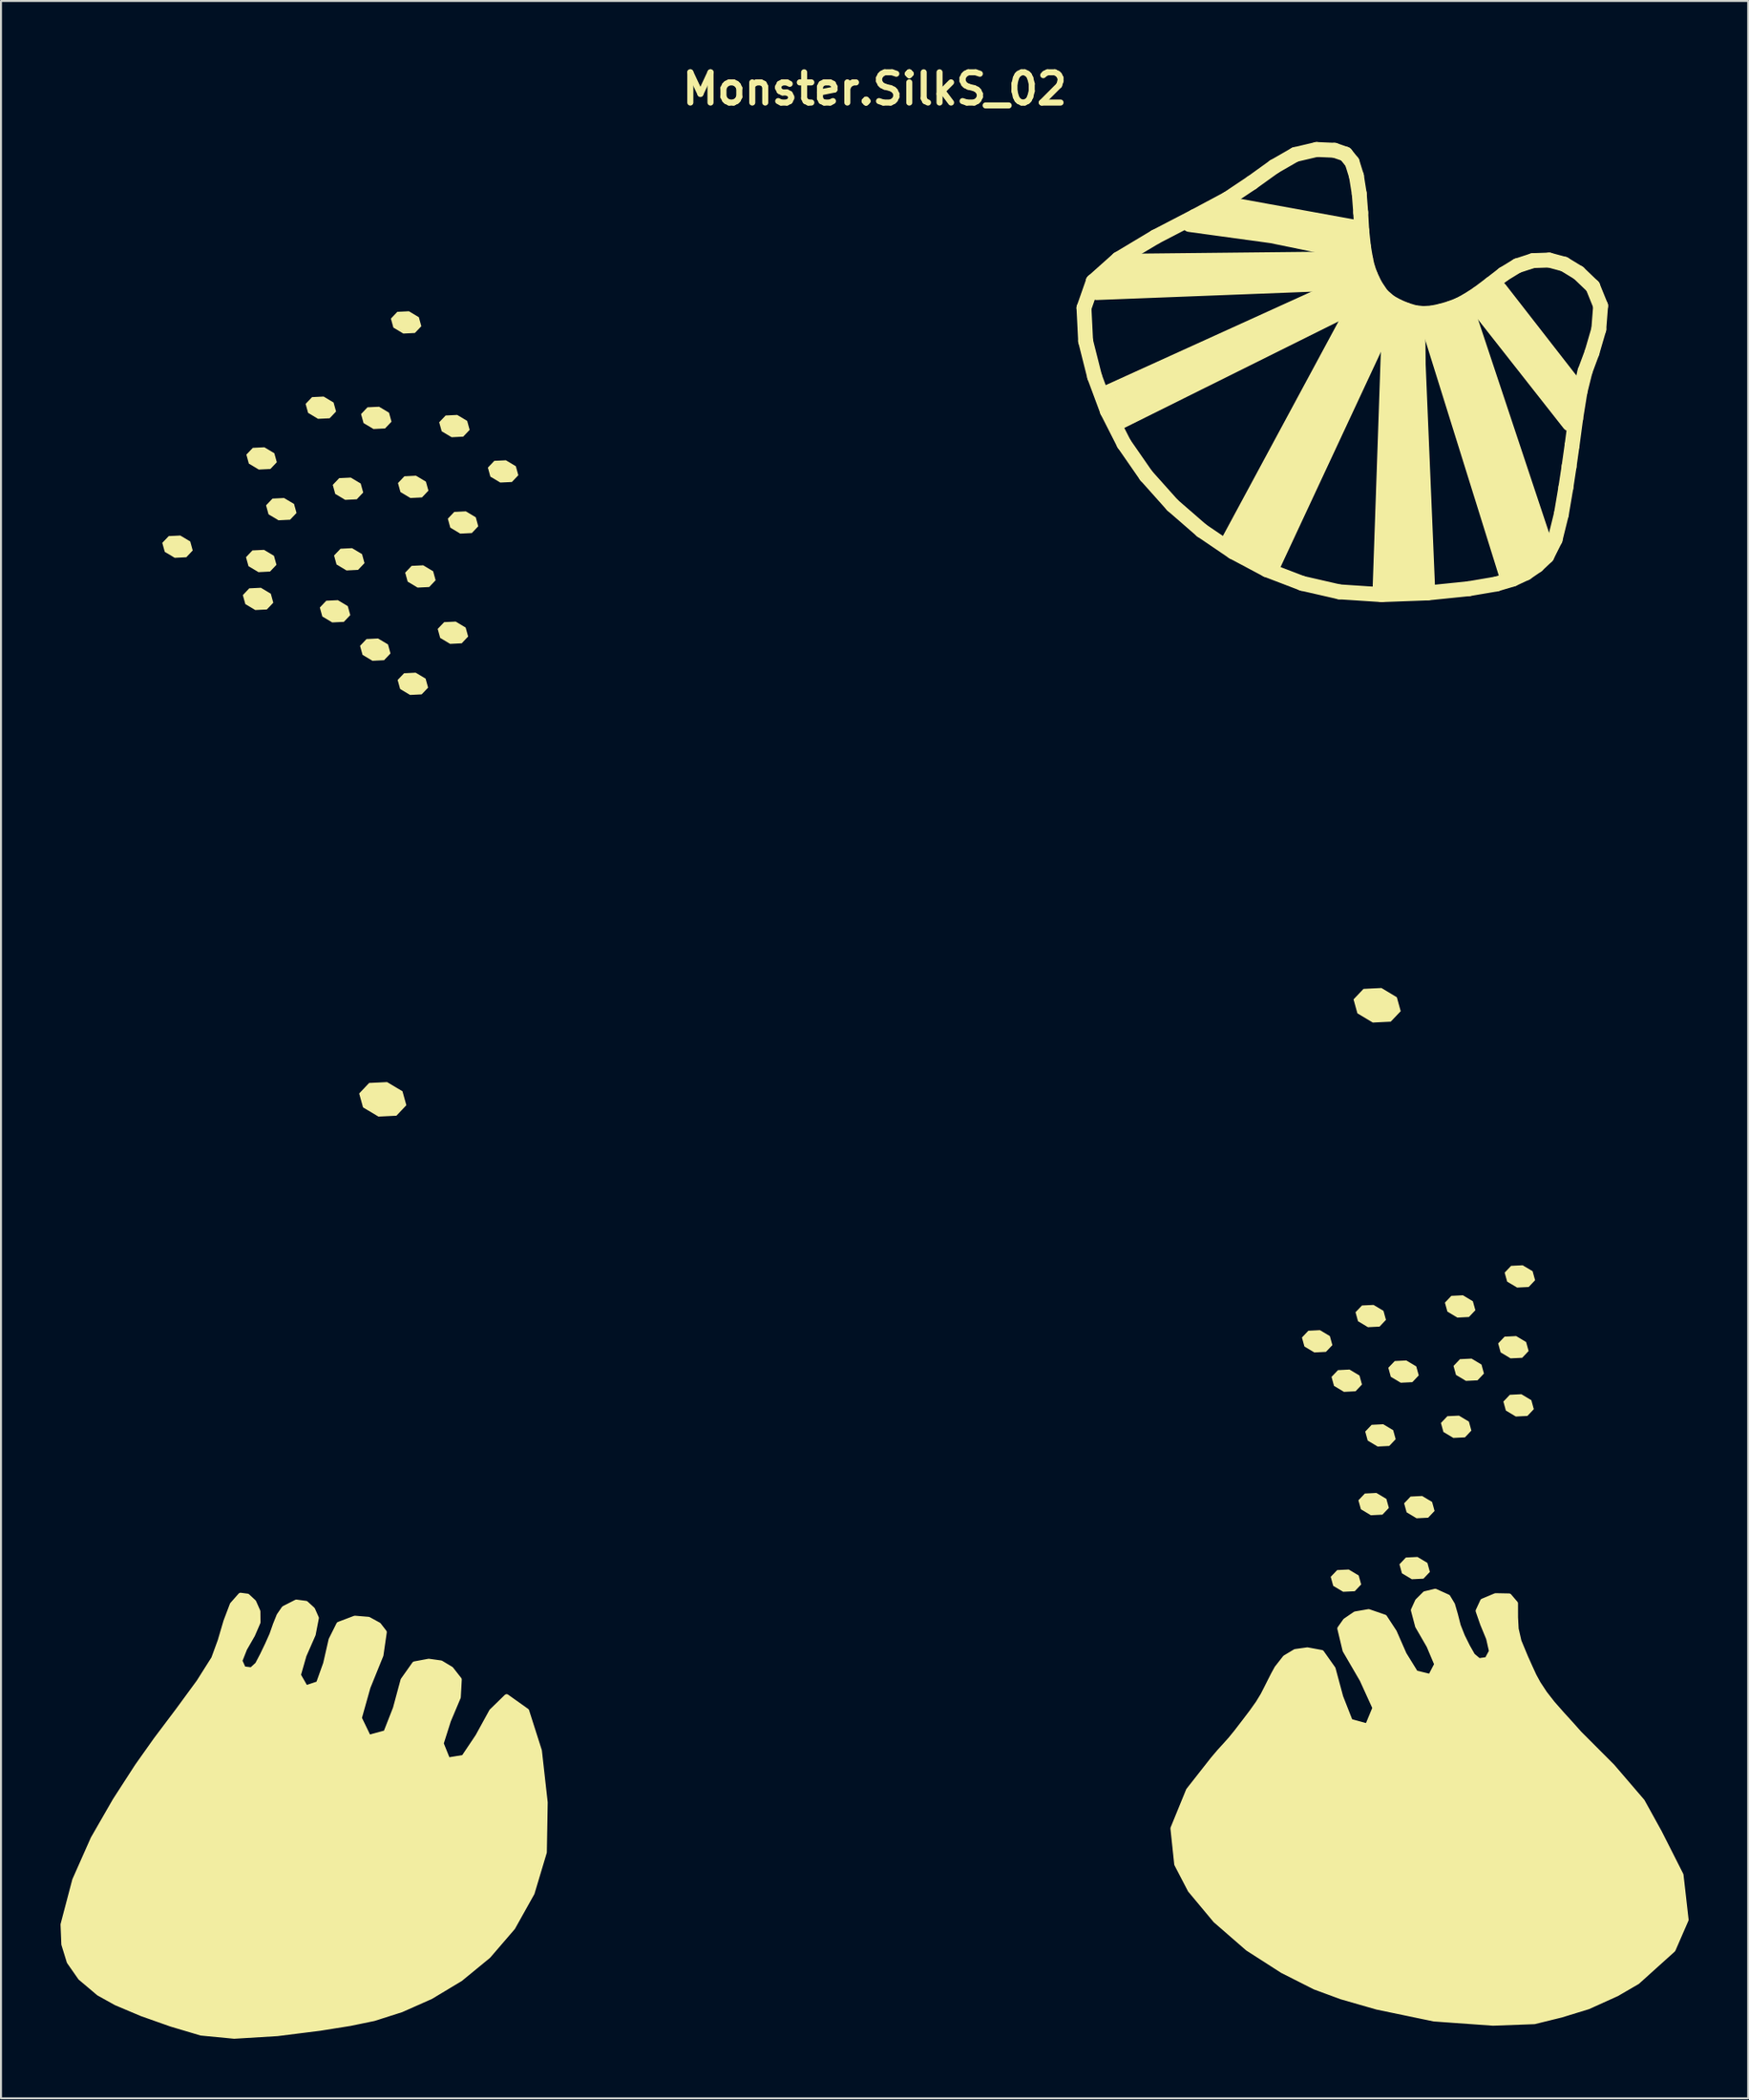
<source format=kicad_pcb>
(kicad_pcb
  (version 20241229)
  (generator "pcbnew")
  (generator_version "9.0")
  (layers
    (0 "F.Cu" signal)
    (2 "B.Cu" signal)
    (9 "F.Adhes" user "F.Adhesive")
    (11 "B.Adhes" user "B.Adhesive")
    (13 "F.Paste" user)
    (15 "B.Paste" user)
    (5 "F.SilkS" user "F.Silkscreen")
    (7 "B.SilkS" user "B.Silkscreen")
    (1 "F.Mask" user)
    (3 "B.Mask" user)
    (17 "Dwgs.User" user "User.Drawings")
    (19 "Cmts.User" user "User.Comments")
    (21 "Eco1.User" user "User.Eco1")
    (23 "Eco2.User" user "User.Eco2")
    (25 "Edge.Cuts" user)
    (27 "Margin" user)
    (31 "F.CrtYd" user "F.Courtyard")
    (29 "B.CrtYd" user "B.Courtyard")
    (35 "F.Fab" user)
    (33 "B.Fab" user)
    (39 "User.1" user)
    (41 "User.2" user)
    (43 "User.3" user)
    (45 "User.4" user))
  (footprint "Monster.SilkS_02"
    (layer "F.Cu")
    (at 41.017 51.994)
    (property "Reference" "Monster.SilkS_02" (at 0 -50.568 0) (layer "F.SilkS") (effects (font (size 1.524 1.524) (thickness 0.305))))
    (attr smd)
    (fp_line (start 10.542 -39.531) (end 10.625 -37.867) (stroke (width 0.751) (type solid)) (layer "F.SilkS"))
    (fp_line (start 10.625 -37.867) (end 11.078 -36.071) (stroke (width 0.751) (type solid)) (layer "F.SilkS"))
    (fp_line (start 11.011 -40.868) (end 11.011 -40.868) (stroke (width 0.751) (type solid)) (layer "F.SilkS"))
    (fp_line (start 11.011 -40.868) (end 10.542 -39.531) (stroke (width 0.751) (type solid)) (layer "F.SilkS"))
    (fp_line (start 11.078 -36.071) (end 11.72 -34.341) (stroke (width 0.751) (type solid)) (layer "F.SilkS"))
    (fp_line (start 11.72 -34.341) (end 12.556 -32.697) (stroke (width 0.751) (type solid)) (layer "F.SilkS"))
    (fp_line (start 12.275 -41.995) (end 11.011 -40.868) (stroke (width 0.751) (type solid)) (layer "F.SilkS"))
    (fp_line (start 12.556 -32.697) (end 13.672 -31.088) (stroke (width 0.751) (type solid)) (layer "F.SilkS"))
    (fp_line (start 13.672 -31.088) (end 15.001 -29.6) (stroke (width 0.751) (type solid)) (layer "F.SilkS"))
    (fp_line (start 14.138 -43.111) (end 12.275 -41.995) (stroke (width 0.751) (type solid)) (layer "F.SilkS"))
    (fp_line (start 15.001 -29.6) (end 16.476 -28.319) (stroke (width 0.751) (type solid)) (layer "F.SilkS"))
    (fp_line (start 16.128 -44.144) (end 14.138 -43.111) (stroke (width 0.751) (type solid)) (layer "F.SilkS"))
    (fp_line (start 16.476 -28.319) (end 18.061 -27.244) (stroke (width 0.751) (type solid)) (layer "F.SilkS"))
    (fp_line (start 17.773 -45.023) (end 16.128 -44.144) (stroke (width 0.751) (type solid)) (layer "F.SilkS"))
    (fp_line (start 18.061 -27.244) (end 19.754 -26.344) (stroke (width 0.751) (type solid)) (layer "F.SilkS"))
    (fp_line (start 19.006 -45.847) (end 17.773 -45.023) (stroke (width 0.751) (type solid)) (layer "F.SilkS"))
    (fp_line (start 19.754 -26.344) (end 21.541 -25.66) (stroke (width 0.751) (type solid)) (layer "F.SilkS"))
    (fp_line (start 20.121 -46.649) (end 19.006 -45.847) (stroke (width 0.751) (type solid)) (layer "F.SilkS"))
    (fp_line (start 21.185 -47.261) (end 20.121 -46.649) (stroke (width 0.751) (type solid)) (layer "F.SilkS"))
    (fp_line (start 21.541 -25.66) (end 23.409 -25.232) (stroke (width 0.751) (type solid)) (layer "F.SilkS"))
    (fp_line (start 22.263 -47.514) (end 21.185 -47.261) (stroke (width 0.751) (type solid)) (layer "F.SilkS"))
    (fp_line (start 23.163 -47.475) (end 22.263 -47.514) (stroke (width 0.751) (type solid)) (layer "F.SilkS"))
    (fp_line (start 23.409 -25.232) (end 25.542 -25.092) (stroke (width 0.751) (type solid)) (layer "F.SilkS"))
    (fp_line (start 23.721 -47.282) (end 23.163 -47.475) (stroke (width 0.751) (type solid)) (layer "F.SilkS"))
    (fp_line (start 24.052 -46.871) (end 23.721 -47.282) (stroke (width 0.751) (type solid)) (layer "F.SilkS"))
    (fp_line (start 24.269 -46.179) (end 24.052 -46.871) (stroke (width 0.751) (type solid)) (layer "F.SilkS"))
    (fp_line (start 24.412 -45.28) (end 24.269 -46.179) (stroke (width 0.751) (type solid)) (layer "F.SilkS"))
    (fp_line (start 24.484 -44.339) (end 24.412 -45.28) (stroke (width 0.751) (type solid)) (layer "F.SilkS"))
    (fp_line (start 24.536 -43.428) (end 24.484 -44.339) (stroke (width 0.751) (type solid)) (layer "F.SilkS"))
    (fp_line (start 24.623 -42.614) (end 24.536 -43.428) (stroke (width 0.751) (type solid)) (layer "F.SilkS"))
    (fp_line (start 24.725 -42.011) (end 24.623 -42.614) (stroke (width 0.751) (type solid)) (layer "F.SilkS"))
    (fp_line (start 24.821 -41.587) (end 24.725 -42.011) (stroke (width 0.751) (type solid)) (layer "F.SilkS"))
    (fp_line (start 24.962 -41.194) (end 24.821 -41.587) (stroke (width 0.751) (type solid)) (layer "F.SilkS"))
    (fp_line (start 25.201 -40.687) (end 24.962 -41.194) (stroke (width 0.751) (type solid)) (layer "F.SilkS"))
    (fp_line (start 25.542 -25.092) (end 27.854 -25.178) (stroke (width 0.751) (type solid)) (layer "F.SilkS"))
    (fp_line (start 25.545 -40.175) (end 25.201 -40.687) (stroke (width 0.751) (type solid)) (layer "F.SilkS"))
    (fp_line (start 25.946 -39.827) (end 25.545 -40.175) (stroke (width 0.751) (type solid)) (layer "F.SilkS"))
    (fp_line (start 26.373 -39.593) (end 25.946 -39.827) (stroke (width 0.751) (type solid)) (layer "F.SilkS"))
    (fp_line (start 26.796 -39.42) (end 26.373 -39.593) (stroke (width 0.751) (type solid)) (layer "F.SilkS"))
    (fp_line (start 27.206 -39.297) (end 26.796 -39.42) (stroke (width 0.751) (type solid)) (layer "F.SilkS"))
    (fp_line (start 27.627 -39.249) (end 27.206 -39.297) (stroke (width 0.751) (type solid)) (layer "F.SilkS"))
    (fp_line (start 27.854 -25.178) (end 29.92 -25.389) (stroke (width 0.751) (type solid)) (layer "F.SilkS"))
    (fp_line (start 28.075 -39.276) (end 27.627 -39.249) (stroke (width 0.751) (type solid)) (layer "F.SilkS"))
    (fp_line (start 28.567 -39.383) (end 28.075 -39.276) (stroke (width 0.751) (type solid)) (layer "F.SilkS"))
    (fp_line (start 29.025 -39.52) (end 28.567 -39.383) (stroke (width 0.751) (type solid)) (layer "F.SilkS"))
    (fp_line (start 29.421 -39.674) (end 29.025 -39.52) (stroke (width 0.751) (type solid)) (layer "F.SilkS"))
    (fp_line (start 29.85 -39.901) (end 29.421 -39.674) (stroke (width 0.751) (type solid)) (layer "F.SilkS"))
    (fp_line (start 29.92 -25.389) (end 31.318 -25.627) (stroke (width 0.751) (type solid)) (layer "F.SilkS"))
    (fp_line (start 30.404 -40.259) (end 29.85 -39.901) (stroke (width 0.751) (type solid)) (layer "F.SilkS"))
    (fp_line (start 31.041 -40.74) (end 30.404 -40.259) (stroke (width 0.751) (type solid)) (layer "F.SilkS"))
    (fp_line (start 31.318 -25.627) (end 32.143 -25.873) (stroke (width 0.751) (type solid)) (layer "F.SilkS"))
    (fp_line (start 31.683 -41.237) (end 31.041 -40.74) (stroke (width 0.751) (type solid)) (layer "F.SilkS"))
    (fp_line (start 32.143 -25.873) (end 32.807 -26.182) (stroke (width 0.751) (type solid)) (layer "F.SilkS"))
    (fp_line (start 32.375 -41.66) (end 31.683 -41.237) (stroke (width 0.751) (type solid)) (layer "F.SilkS"))
    (fp_line (start 32.807 -26.182) (end 33.362 -26.564) (stroke (width 0.751) (type solid)) (layer "F.SilkS"))
    (fp_line (start 33.162 -41.917) (end 32.375 -41.66) (stroke (width 0.751) (type solid)) (layer "F.SilkS"))
    (fp_line (start 33.362 -26.564) (end 33.856 -27.029) (stroke (width 0.751) (type solid)) (layer "F.SilkS"))
    (fp_line (start 33.856 -27.029) (end 34.277 -27.871) (stroke (width 0.751) (type solid)) (layer "F.SilkS"))
    (fp_line (start 33.975 -41.945) (end 33.162 -41.917) (stroke (width 0.751) (type solid)) (layer "F.SilkS"))
    (fp_line (start 34.277 -27.871) (end 34.591 -29.139) (stroke (width 0.751) (type solid)) (layer "F.SilkS"))
    (fp_line (start 34.591 -29.139) (end 34.819 -30.481) (stroke (width 0.751) (type solid)) (layer "F.SilkS"))
    (fp_line (start 34.733 -41.74) (end 33.975 -41.945) (stroke (width 0.751) (type solid)) (layer "F.SilkS"))
    (fp_line (start 34.819 -30.481) (end 34.981 -31.545) (stroke (width 0.751) (type solid)) (layer "F.SilkS"))
    (fp_line (start 34.981 -31.545) (end 35.131 -32.605) (stroke (width 0.751) (type solid)) (layer "F.SilkS"))
    (fp_line (start 35.131 -32.605) (end 35.313 -33.966) (stroke (width 0.751) (type solid)) (layer "F.SilkS"))
    (fp_line (start 35.313 -33.966) (end 35.53 -35.316) (stroke (width 0.751) (type solid)) (layer "F.SilkS"))
    (fp_line (start 35.459 -41.298) (end 34.733 -41.74) (stroke (width 0.751) (type solid)) (layer "F.SilkS"))
    (fp_line (start 35.53 -35.316) (end 35.786 -36.344) (stroke (width 0.751) (type solid)) (layer "F.SilkS"))
    (fp_line (start 35.786 -36.344) (end 36.137 -37.29) (stroke (width 0.751) (type solid)) (layer "F.SilkS"))
    (fp_line (start 36.137 -37.29) (end 36.478 -38.459) (stroke (width 0.751) (type solid)) (layer "F.SilkS"))
    (fp_line (start 36.174 -40.614) (end 35.459 -41.298) (stroke (width 0.751) (type solid)) (layer "F.SilkS"))
    (fp_line (start 36.478 -38.459) (end 36.57 -39.637) (stroke (width 0.751) (type solid)) (layer "F.SilkS"))
    (fp_line (start 36.57 -39.637) (end 36.174 -40.614) (stroke (width 0.751) (type solid)) (layer "F.SilkS"))
    (fp_poly (pts (xy 12.34 -41.891) (xy 11.187 -40.301) (xy 24.434 -40.813) (xy 24.452 -42.018) (xy 12.34 -41.891)) (stroke (width 0.737) (type solid)) (fill yes) (layer "F.SilkS"))
    (fp_poly (pts (xy 24.753 -39.963) (xy 24.307 -40.988) (xy 11.568 -35.201) (xy 12.124 -33.683) (xy 24.753 -39.963)) (stroke (width 0.751) (type solid)) (fill yes) (layer "F.SilkS"))
    (fp_poly (pts (xy 27.831 -38.872) (xy 31.837 -26.041) (xy 33.81 -27.506) (xy 29.882 -39.31) (xy 27.831 -38.872)) (stroke (width 0.751) (type solid)) (fill yes) (layer "F.SilkS"))
    (fp_poly (pts (xy 31.48 -40.489) (xy 30.329 -39.641) (xy 35 -33.702) (xy 35.334 -35.538) (xy 31.48 -40.489)) (stroke (width 0.751) (type solid)) (fill yes) (layer "F.SilkS"))
    (fp_poly (pts (xy 17.691 -27.535) (xy 19.968 -26.345) (xy 26.026 -39.333) (xy 24.873 -40.317) (xy 23.758 -38.791) (xy 17.691 -27.535)) (stroke (width 0.751) (type solid)) (fill yes) (layer "F.SilkS"))
    (fp_poly (pts (xy 24.421 -42.261) (xy 24.472 -43.55) (xy 17.759 -44.769) (xy 15.857 -43.736) (xy 19.991 -43.169) (xy 24.421 -42.261)) (stroke (width 0.751) (type solid)) (fill yes) (layer "F.SilkS"))
    (fp_poly (pts (xy 27.359 -38.844) (xy 25.953 -39.593) (xy 25.458 -25.333) (xy 27.862 -25.257) (xy 27.38 -36.695) (xy 27.359 -38.844)) (stroke (width 0.751) (type solid)) (fill yes) (layer "F.SilkS"))
    (fp_poly (pts (xy -34.358 -27.317) (xy -34.681 -26.976) (xy -35.265 -26.947) (xy -35.766 -27.247) (xy -35.891 -27.701) (xy -35.567 -28.041) (xy -34.984 -28.07) (xy -34.483 -27.77) (xy -34.358 -27.317)) (stroke (width 0) (type solid)) (fill yes) (layer "F.SilkS"))
    (fp_poly (pts (xy -30.299 -24.686) (xy -30.623 -24.345) (xy -31.206 -24.316) (xy -31.707 -24.616) (xy -31.833 -25.069) (xy -31.509 -25.41) (xy -30.925 -25.439) (xy -30.424 -25.139) (xy -30.299 -24.686)) (stroke (width 0) (type solid)) (fill yes) (layer "F.SilkS"))
    (fp_poly (pts (xy -30.14 -26.595) (xy -30.464 -26.254) (xy -31.047 -26.225) (xy -31.548 -26.525) (xy -31.674 -26.978) (xy -31.35 -27.319) (xy -30.766 -27.348) (xy -30.265 -27.048) (xy -30.14 -26.595)) (stroke (width 0) (type solid)) (fill yes) (layer "F.SilkS"))
    (fp_poly (pts (xy -30.122 -31.761) (xy -30.445 -31.421) (xy -31.029 -31.392) (xy -31.53 -31.692) (xy -31.655 -32.145) (xy -31.331 -32.486) (xy -30.748 -32.514) (xy -30.247 -32.215) (xy -30.122 -31.761)) (stroke (width 0) (type solid)) (fill yes) (layer "F.SilkS"))
    (fp_poly (pts (xy -29.129 -29.206) (xy -29.453 -28.866) (xy -30.036 -28.837) (xy -30.538 -29.137) (xy -30.663 -29.59) (xy -30.339 -29.931) (xy -29.756 -29.959) (xy -29.255 -29.66) (xy -29.129 -29.206)) (stroke (width 0) (type solid)) (fill yes) (layer "F.SilkS"))
    (fp_poly (pts (xy -27.136 -34.317) (xy -27.46 -33.976) (xy -28.043 -33.947) (xy -28.545 -34.247) (xy -28.67 -34.7) (xy -28.346 -35.041) (xy -27.763 -35.07) (xy -27.262 -34.77) (xy -27.136 -34.317)) (stroke (width 0) (type solid)) (fill yes) (layer "F.SilkS"))
    (fp_poly (pts (xy -26.421 -24.061) (xy -26.744 -23.72) (xy -27.328 -23.691) (xy -27.829 -23.991) (xy -27.954 -24.444) (xy -27.63 -24.785) (xy -27.047 -24.814) (xy -26.546 -24.514) (xy -26.421 -24.061)) (stroke (width 0) (type solid)) (fill yes) (layer "F.SilkS"))
    (fp_poly (pts (xy -25.77 -30.236) (xy -26.093 -29.895) (xy -26.677 -29.866) (xy -27.178 -30.166) (xy -27.303 -30.62) (xy -26.979 -30.96) (xy -26.396 -30.989) (xy -25.895 -30.689) (xy -25.77 -30.236)) (stroke (width 0) (type solid)) (fill yes) (layer "F.SilkS"))
    (fp_poly (pts (xy -25.704 -26.68) (xy -26.028 -26.339) (xy -26.611 -26.31) (xy -27.112 -26.61) (xy -27.237 -27.063) (xy -26.914 -27.404) (xy -26.33 -27.433) (xy -25.829 -27.133) (xy -25.704 -26.68)) (stroke (width 0) (type solid)) (fill yes) (layer "F.SilkS"))
    (fp_poly (pts (xy -24.395 -22.13) (xy -24.718 -21.789) (xy -25.302 -21.76) (xy -25.803 -22.06) (xy -25.928 -22.513) (xy -25.604 -22.854) (xy -25.021 -22.883) (xy -24.52 -22.583) (xy -24.395 -22.13)) (stroke (width 0) (type solid)) (fill yes) (layer "F.SilkS"))
    (fp_poly (pts (xy -24.344 -33.804) (xy -24.668 -33.463) (xy -25.251 -33.434) (xy -25.752 -33.734) (xy -25.877 -34.187) (xy -25.554 -34.528) (xy -24.97 -34.557) (xy -24.469 -34.257) (xy -24.344 -33.804)) (stroke (width 0) (type solid)) (fill yes) (layer "F.SilkS"))
    (fp_poly (pts (xy -23.596 0.626) (xy -24.097 1.155) (xy -25.001 1.199) (xy -25.778 0.735) (xy -25.972 0.033) (xy -25.47 -0.496) (xy -24.566 -0.54) (xy -23.79 -0.076) (xy -23.596 0.626)) (stroke (width 0) (type solid)) (fill yes) (layer "F.SilkS"))
    (fp_poly (pts (xy -22.841 -38.613) (xy -23.165 -38.272) (xy -23.748 -38.243) (xy -24.249 -38.543) (xy -24.374 -38.996) (xy -24.051 -39.337) (xy -23.467 -39.366) (xy -22.966 -39.066) (xy -22.841 -38.613)) (stroke (width 0) (type solid)) (fill yes) (layer "F.SilkS"))
    (fp_poly (pts (xy -22.5 -20.409) (xy -22.824 -20.069) (xy -23.408 -20.04) (xy -23.909 -20.34) (xy -24.034 -20.793) (xy -23.71 -21.133) (xy -23.127 -21.162) (xy -22.626 -20.862) (xy -22.5 -20.409)) (stroke (width 0) (type solid)) (fill yes) (layer "F.SilkS"))
    (fp_poly (pts (xy -22.484 -30.33) (xy -22.808 -29.989) (xy -23.392 -29.96) (xy -23.893 -30.26) (xy -24.018 -30.713) (xy -23.694 -31.054) (xy -23.111 -31.083) (xy -22.61 -30.783) (xy -22.484 -30.33)) (stroke (width 0) (type solid)) (fill yes) (layer "F.SilkS"))
    (fp_poly (pts (xy -22.121 -25.817) (xy -22.444 -25.476) (xy -23.028 -25.447) (xy -23.529 -25.747) (xy -23.654 -26.2) (xy -23.33 -26.541) (xy -22.747 -26.57) (xy -22.246 -26.27) (xy -22.121 -25.817)) (stroke (width 0) (type solid)) (fill yes) (layer "F.SilkS"))
    (fp_poly (pts (xy -20.483 -22.982) (xy -20.806 -22.641) (xy -21.39 -22.612) (xy -21.891 -22.912) (xy -22.016 -23.365) (xy -21.692 -23.706) (xy -21.109 -23.735) (xy -20.608 -23.435) (xy -20.483 -22.982)) (stroke (width 0) (type solid)) (fill yes) (layer "F.SilkS"))
    (fp_poly (pts (xy -20.407 -33.391) (xy -20.731 -33.05) (xy -21.314 -33.021) (xy -21.815 -33.321) (xy -21.941 -33.774) (xy -21.617 -34.115) (xy -21.033 -34.144) (xy -20.532 -33.844) (xy -20.407 -33.391)) (stroke (width 0) (type solid)) (fill yes) (layer "F.SilkS"))
    (fp_poly (pts (xy -19.973 -28.535) (xy -20.296 -28.194) (xy -20.88 -28.165) (xy -21.381 -28.465) (xy -21.506 -28.918) (xy -21.182 -29.259) (xy -20.599 -29.288) (xy -20.098 -28.988) (xy -19.973 -28.535)) (stroke (width 0) (type solid)) (fill yes) (layer "F.SilkS"))
    (fp_poly (pts (xy -17.955 -31.107) (xy -18.278 -30.766) (xy -18.862 -30.738) (xy -19.363 -31.037) (xy -19.488 -31.491) (xy -19.164 -31.831) (xy -18.581 -31.86) (xy -18.08 -31.56) (xy -17.955 -31.107)) (stroke (width 0) (type solid)) (fill yes) (layer "F.SilkS"))
    (fp_poly (pts (xy 23.056 12.709) (xy 22.732 13.05) (xy 22.149 13.079) (xy 21.648 12.779) (xy 21.523 12.326) (xy 21.846 11.985) (xy 22.43 11.956) (xy 22.931 12.256) (xy 23.056 12.709)) (stroke (width 0) (type solid)) (fill yes) (layer "F.SilkS"))
    (fp_poly (pts (xy 24.507 24.765) (xy 24.183 25.106) (xy 23.6 25.134) (xy 23.099 24.835) (xy 22.973 24.381) (xy 23.297 24.041) (xy 23.88 24.012) (xy 24.382 24.312) (xy 24.507 24.765)) (stroke (width 0) (type solid)) (fill yes) (layer "F.SilkS"))
    (fp_poly (pts (xy 24.547 14.694) (xy 24.224 15.035) (xy 23.64 15.064) (xy 23.139 14.764) (xy 23.014 14.311) (xy 23.338 13.97) (xy 23.921 13.941) (xy 24.422 14.241) (xy 24.547 14.694)) (stroke (width 0) (type solid)) (fill yes) (layer "F.SilkS"))
    (fp_poly (pts (xy 25.756 11.437) (xy 25.433 11.778) (xy 24.849 11.807) (xy 24.348 11.507) (xy 24.223 11.054) (xy 24.547 10.713) (xy 25.13 10.684) (xy 25.631 10.984) (xy 25.756 11.437)) (stroke (width 0) (type solid)) (fill yes) (layer "F.SilkS"))
    (fp_poly (pts (xy 25.902 20.909) (xy 25.578 21.25) (xy 24.995 21.279) (xy 24.494 20.979) (xy 24.368 20.526) (xy 24.692 20.185) (xy 25.275 20.156) (xy 25.777 20.456) (xy 25.902 20.909)) (stroke (width 0) (type solid)) (fill yes) (layer "F.SilkS"))
    (fp_poly (pts (xy 26.245 17.448) (xy 25.921 17.789) (xy 25.338 17.818) (xy 24.837 17.518) (xy 24.712 17.065) (xy 25.035 16.724) (xy 25.619 16.695) (xy 26.12 16.995) (xy 26.245 17.448)) (stroke (width 0) (type solid)) (fill yes) (layer "F.SilkS"))
    (fp_poly (pts (xy 26.499 -4.111) (xy 25.997 -3.583) (xy 25.093 -3.538) (xy 24.317 -4.003) (xy 24.123 -4.705) (xy 24.624 -5.233) (xy 25.528 -5.278) (xy 26.304 -4.813) (xy 26.499 -4.111)) (stroke (width 0) (type solid)) (fill yes) (layer "F.SilkS"))
    (fp_poly (pts (xy 27.408 14.235) (xy 27.085 14.576) (xy 26.501 14.604) (xy 26 14.305) (xy 25.875 13.851) (xy 26.199 13.511) (xy 26.782 13.482) (xy 27.283 13.782) (xy 27.408 14.235)) (stroke (width 0) (type solid)) (fill yes) (layer "F.SilkS"))
    (fp_poly (pts (xy 27.969 24.133) (xy 27.645 24.474) (xy 27.062 24.503) (xy 26.561 24.203) (xy 26.436 23.75) (xy 26.759 23.409) (xy 27.343 23.38) (xy 27.844 23.68) (xy 27.969 24.133)) (stroke (width 0) (type solid)) (fill yes) (layer "F.SilkS"))
    (fp_poly (pts (xy 28.205 21.062) (xy 27.881 21.403) (xy 27.298 21.432) (xy 26.797 21.132) (xy 26.672 20.679) (xy 26.995 20.338) (xy 27.579 20.309) (xy 28.08 20.609) (xy 28.205 21.062)) (stroke (width 0) (type solid)) (fill yes) (layer "F.SilkS"))
    (fp_poly (pts (xy 30.059 17.014) (xy 29.736 17.355) (xy 29.152 17.384) (xy 28.651 17.084) (xy 28.526 16.631) (xy 28.85 16.29) (xy 29.433 16.261) (xy 29.934 16.561) (xy 30.059 17.014)) (stroke (width 0) (type solid)) (fill yes) (layer "F.SilkS"))
    (fp_poly (pts (xy 30.26 10.952) (xy 29.936 11.293) (xy 29.353 11.322) (xy 28.851 11.022) (xy 28.726 10.569) (xy 29.05 10.228) (xy 29.633 10.199) (xy 30.134 10.499) (xy 30.26 10.952)) (stroke (width 0) (type solid)) (fill yes) (layer "F.SilkS"))
    (fp_poly (pts (xy 30.693 14.141) (xy 30.37 14.482) (xy 29.786 14.511) (xy 29.285 14.211) (xy 29.16 13.758) (xy 29.484 13.417) (xy 30.067 13.388) (xy 30.568 13.688) (xy 30.693 14.141)) (stroke (width 0) (type solid)) (fill yes) (layer "F.SilkS"))
    (fp_poly (pts (xy 32.943 13.007) (xy 32.619 13.348) (xy 32.035 13.377) (xy 31.534 13.077) (xy 31.409 12.624) (xy 31.733 12.283) (xy 32.316 12.254) (xy 32.817 12.554) (xy 32.943 13.007)) (stroke (width 0) (type solid)) (fill yes) (layer "F.SilkS"))
    (fp_poly (pts (xy 33.205 15.936) (xy 32.882 16.277) (xy 32.298 16.306) (xy 31.797 16.006) (xy 31.672 15.553) (xy 31.996 15.212) (xy 32.579 15.183) (xy 33.08 15.483) (xy 33.205 15.936)) (stroke (width 0) (type solid)) (fill yes) (layer "F.SilkS"))
    (fp_poly (pts (xy 33.27 9.441) (xy 32.946 9.782) (xy 32.363 9.811) (xy 31.862 9.511) (xy 31.736 9.058) (xy 32.06 8.717) (xy 32.643 8.688) (xy 33.144 8.988) (xy 33.27 9.441)) (stroke (width 0) (type solid)) (fill yes) (layer "F.SilkS"))
    (fp_poly (pts (xy -31.948 25.316) (xy -31.605 25.361) (xy -31.287 25.657) (xy -31.081 26.121) (xy -31.075 26.67) (xy -31.35 27.305) (xy -31.748 27.996) (xy -31.991 28.612) (xy -31.805 29.022) (xy -31.39 29.073) (xy -31.089 28.797) (xy -30.844 28.329) (xy -30.594 27.81) (xy -30.365 27.298) (xy -30.187 26.791) (xy -30.003 26.334) (xy -29.756 25.975) (xy -29.139 25.66) (xy -28.66 25.723) (xy -28.323 26.031) (xy -28.135 26.456) (xy -28.295 27.282) (xy -28.758 28.336) (xy -29.043 29.332) (xy -28.669 29.984) (xy -28.018 29.767) (xy -27.656 28.753) (xy -27.382 27.553) (xy -26.994 26.777) (xy -26.188 26.471) (xy -25.504 26.528) (xy -24.995 26.806) (xy -24.714 27.169) (xy -24.881 28.326) (xy -25.535 29.94) (xy -25.973 31.496) (xy -25.498 32.478) (xy -24.624 32.239) (xy -24.141 31.008) (xy -23.757 29.586) (xy -23.181 28.772) (xy -22.467 28.639) (xy -21.858 28.724) (xy -21.349 29.029) (xy -20.936 29.556) (xy -20.985 30.442) (xy -21.481 31.617) (xy -21.849 32.776) (xy -21.511 33.615) (xy -20.702 33.483) (xy -19.989 32.419) (xy -19.295 31.155) (xy -18.544 30.424) (xy -17.539 31.139) (xy -16.899 33.143) (xy -16.607 35.744) (xy -16.65 38.251) (xy -17.267 40.308) (xy -18.237 42.042) (xy -19.471 43.476) (xy -20.878 44.63) (xy -22.368 45.525) (xy -23.85 46.183) (xy -25.234 46.624) (xy -26.43 46.871) (xy -27.952 47.114) (xy -30.087 47.382) (xy -32.269 47.515) (xy -33.934 47.355) (xy -35.434 46.909) (xy -36.927 46.381) (xy -38.212 45.839) (xy -39.087 45.353) (xy -40.01 44.575) (xy -40.574 43.768) (xy -40.844 42.89) (xy -40.885 41.895) (xy -40.298 39.662) (xy -39.37 37.57) (xy -38.263 35.645) (xy -37.143 33.913) (xy -36.205 32.59) (xy -35.093 31.113) (xy -34.044 29.682) (xy -33.294 28.496) (xy -32.97 27.61) (xy -32.68 26.626) (xy -32.36 25.783) (xy -31.948 25.316) (xy -31.948 25.316)) (stroke (width 0.265) (type solid)) (fill yes) (layer "F.SilkS"))
    (fp_poly (pts (xy 32.276 25.721) (xy 31.959 25.35) (xy 31.279 25.337) (xy 30.631 25.609) (xy 30.405 26.096) (xy 30.633 26.751) (xy 30.933 27.479) (xy 31.081 28.13) (xy 30.851 28.554) (xy 30.43 28.612) (xy 30.117 28.347) (xy 29.859 27.892) (xy 29.604 27.378) (xy 29.392 26.844) (xy 29.25 26.288) (xy 29.103 25.783) (xy 28.873 25.401) (xy 28.239 25.114) (xy 27.723 25.237) (xy 27.35 25.608) (xy 27.145 26.06) (xy 27.355 26.858) (xy 27.929 27.851) (xy 28.324 28.786) (xy 28 29.41) (xy 27.248 29.226) (xy 26.666 28.285) (xy 26.171 27.159) (xy 25.684 26.416) (xy 24.883 26.139) (xy 24.211 26.256) (xy 23.714 26.596) (xy 23.438 26.986) (xy 23.701 28.082) (xy 24.562 29.562) (xy 25.209 30.983) (xy 24.828 31.904) (xy 23.954 31.665) (xy 23.471 30.434) (xy 23.087 29.011) (xy 22.512 28.198) (xy 21.798 28.065) (xy 21.189 28.15) (xy 20.68 28.455) (xy 20.267 28.982) (xy 20.091 29.303) (xy 19.923 29.633) (xy 19.751 29.976) (xy 19.565 30.339) (xy 19.319 30.743) (xy 18.996 31.197) (xy 18.623 31.688) (xy 18.227 32.203) (xy 17.934 32.563) (xy 17.649 32.881) (xy 17.357 33.202) (xy 17.043 33.572) (xy 15.813 35.138) (xy 15.03 37.052) (xy 15.221 38.854) (xy 15.899 40.157) (xy 17.174 41.685) (xy 18.8 43.097) (xy 20.537 44.211) (xy 22.173 45.039) (xy 23.508 45.531) (xy 25.305 46.048) (xy 28.179 46.645) (xy 31.147 46.858) (xy 33.229 46.781) (xy 34.583 46.448) (xy 35.938 46.033) (xy 37.386 45.378) (xy 38.418 44.778) (xy 40.216 43.159) (xy 40.871 41.654) (xy 40.614 39.397) (xy 39.53 37.256) (xy 38.666 35.693) (xy 37.153 33.93) (xy 35.494 32.269) (xy 35.088 31.812) (xy 34.613 31.291) (xy 34.142 30.755) (xy 33.751 30.254) (xy 33.423 29.756) (xy 33.209 29.363) (xy 33.024 28.96) (xy 32.785 28.429) (xy 32.452 27.628) (xy 32.309 27.006) (xy 32.277 26.419) (xy 32.276 25.721) (xy 32.276 25.721)) (stroke (width 0.265) (type solid)) (fill yes) (layer "F.SilkS")))
  (gr_rect
    (start -3 -3)
    (end 85.02 102.642)
    (stroke (width 0.1) (type default))
    (fill no)
    (layer "Edge.Cuts")))
</source>
